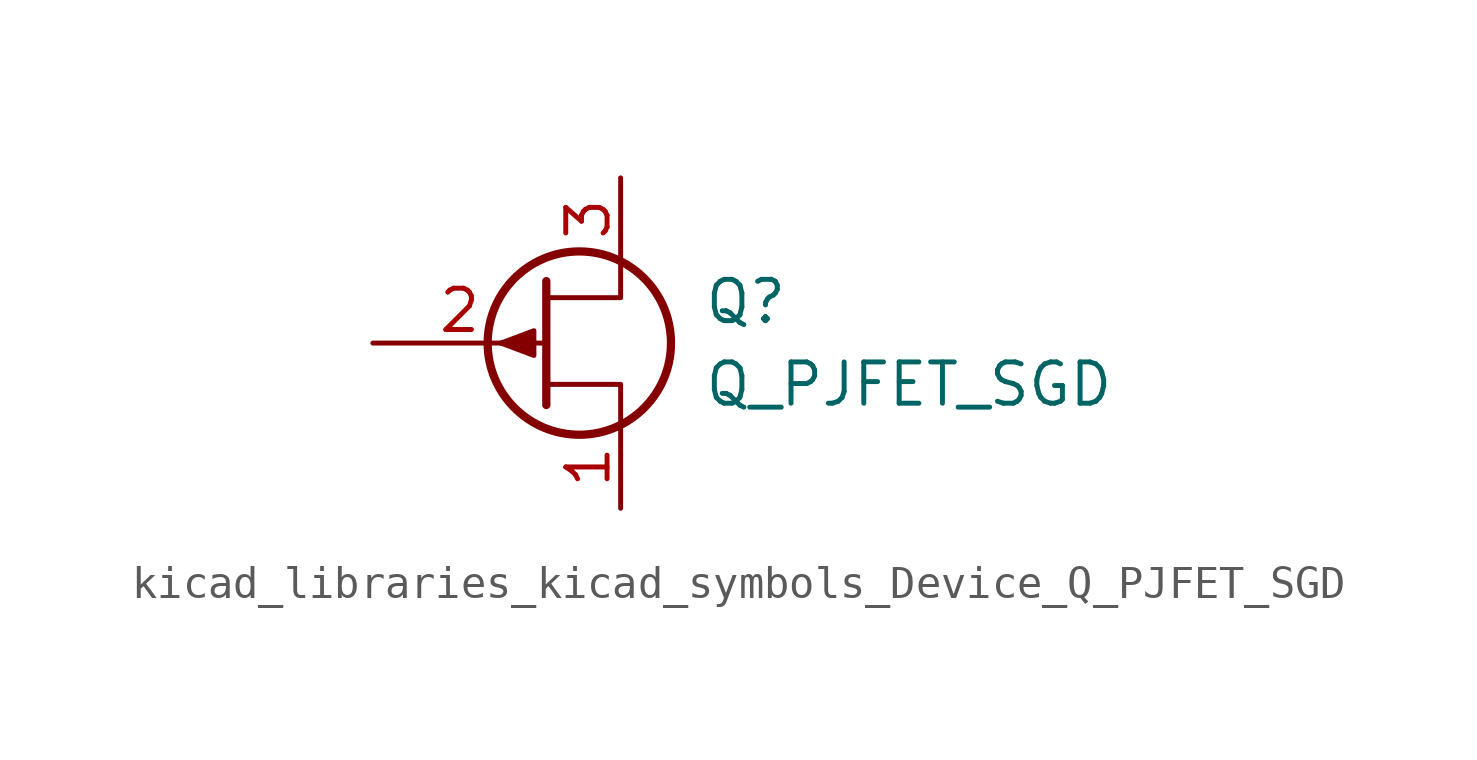
<source format=kicad_sym>
(kicad_symbol_lib
  (version 20220914)
  (generator kicad_symbol_editor)
  (symbol "kicad_libraries_kicad_symbols_Device_Q_PJFET_SGD"
    (pin_names
      (offset 0) hide)
    (property "Reference" "Q"
      (at 5.08 1.27 0)
      (effects (font (size 1.27 1.27)) (justify left)))
    (property "Value" "Q_PJFET_SGD"
      (at 5.08 -1.27 0)
      (effects (font (size 1.27 1.27)) (justify left)))
    (symbol "kicad_libraries_kicad_symbols_Device_Q_PJFET_SGD_0_1"
      (polyline (pts (xy 0.254 1.905) (xy 0.254 -1.905) (xy 0.254 -1.905)) (stroke (width 0.254) (type default)) (fill (type none)))
      (polyline (pts (xy 2.54 -2.54) (xy 2.54 -1.27) (xy 0.254 -1.27)) (stroke (width 0) (type default)) (fill (type none)))
      (polyline (pts (xy 2.54 2.54) (xy 2.54 1.397) (xy 0.254 1.397)) (stroke (width 0) (type default)) (fill (type none)))
      (polyline (pts (xy -1.143 0) (xy -0.127 0.381) (xy -0.127 -0.381) (xy -1.143 0)) (stroke (width 0) (type default)) (fill (type outline)))
      (circle (center 1.27 0) (radius 2.819) (stroke (width 0.254) (type default)) (fill (type none))))
    (symbol "kicad_libraries_kicad_symbols_Device_Q_PJFET_SGD_1_1"
      (pin passive line (at 2.54 -5.08 90) (length 2.54) (name "S" (effects (font (size 1.27 1.27)))) (number "1" (effects (font (size 1.27 1.27)))))
      (pin input line (at -5.08 0 0) (length 5.334) (name "G" (effects (font (size 1.27 1.27)))) (number "2" (effects (font (size 1.27 1.27)))))
      (pin passive line (at 2.54 5.08 270) (length 2.54) (name "D" (effects (font (size 1.27 1.27)))) (number "3" (effects (font (size 1.27 1.27))))))))
</source>
